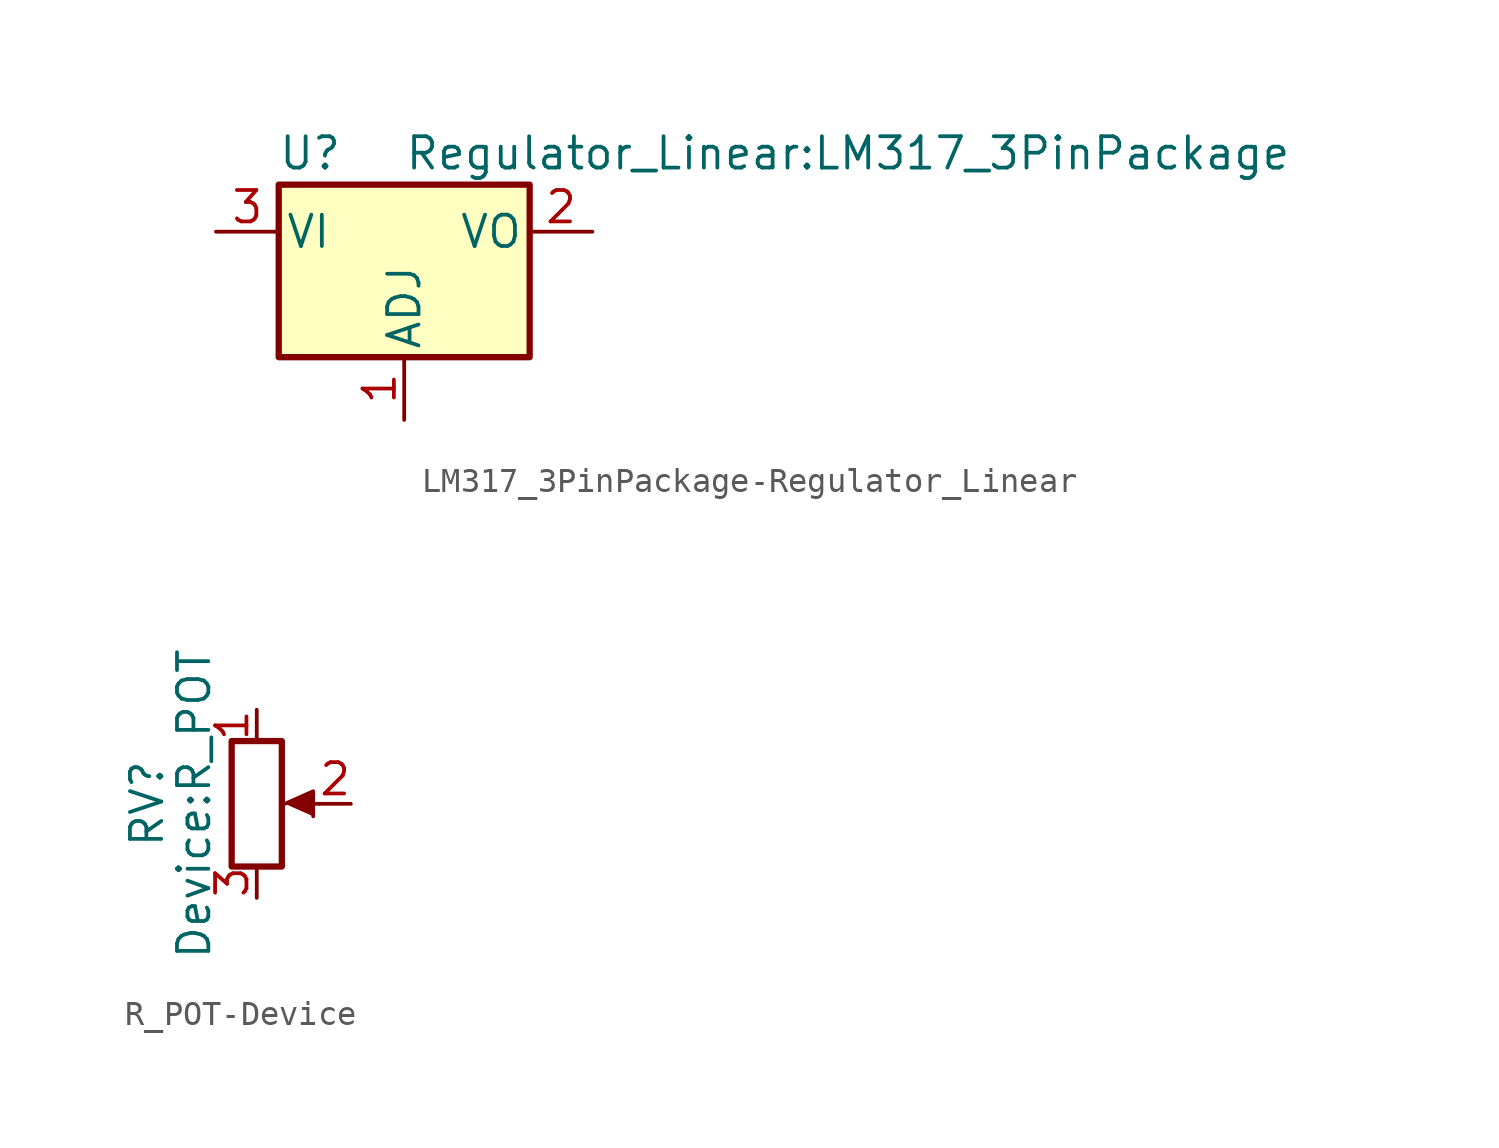
<source format=kicad_sym>
(kicad_symbol_lib
  (version 20220914)
  (generator kicad_symbol_editor)
  (symbol "LM317_3PinPackage-Regulator_Linear"
    (pin_names
      (offset 0.254))
    (property "Reference" "U"
      (at -3.81 3.175 0)
      (effects (font (size 1.27 1.27))))
    (property "Value" "Regulator_Linear:LM317_3PinPackage"
      (at 0 3.175 0)
      (effects (font (size 1.27 1.27)) (justify left)))
    (symbol "LM317_3PinPackage-Regulator_Linear_0_1"
      (rectangle (start -5.08 1.905) (end 5.08 -5.08) (stroke (width 0.254) (type solid)) (fill (type background))))
    (symbol "LM317_3PinPackage-Regulator_Linear_1_1"
      (pin input line (at 0 -7.62 90) (length 2.54) (name "ADJ" (effects (font (size 1.27 1.27)))) (number "1" (effects (font (size 1.27 1.27)))))
      (pin power_out line (at 7.62 0 180) (length 2.54) (name "VO" (effects (font (size 1.27 1.27)))) (number "2" (effects (font (size 1.27 1.27)))))
      (pin power_in line (at -7.62 0 0) (length 2.54) (name "VI" (effects (font (size 1.27 1.27)))) (number "3" (effects (font (size 1.27 1.27)))))))
  (symbol "R_POT-Device"
    (pin_names
      (offset 1.016) hide)
    (property "Reference" "RV"
      (at -4.445 0 90)
      (effects (font (size 1.27 1.27))))
    (property "Value" "Device:R_POT"
      (at -2.54 0 90)
      (effects (font (size 1.27 1.27))))
    (symbol "R_POT-Device_0_1"
      (polyline (pts (xy 2.54 0) (xy 1.524 0)) (stroke (width 0) (type solid)) (fill (type none)))
      (polyline (pts (xy 1.143 0) (xy 2.286 0.508) (xy 2.286 -0.508)) (stroke (width 0) (type solid)) (fill (type outline)))
      (rectangle (start 1.016 2.54) (end -1.016 -2.54) (stroke (width 0.254) (type solid)) (fill (type none))))
    (symbol "R_POT-Device_1_1"
      (pin passive line (at 0 3.81 270) (length 1.27) (name "1" (effects (font (size 1.27 1.27)))) (number "1" (effects (font (size 1.27 1.27)))))
      (pin passive line (at 3.81 0 180) (length 1.27) (name "2" (effects (font (size 1.27 1.27)))) (number "2" (effects (font (size 1.27 1.27)))))
      (pin passive line (at 0 -3.81 90) (length 1.27) (name "3" (effects (font (size 1.27 1.27)))) (number "3" (effects (font (size 1.27 1.27))))))))
</source>
